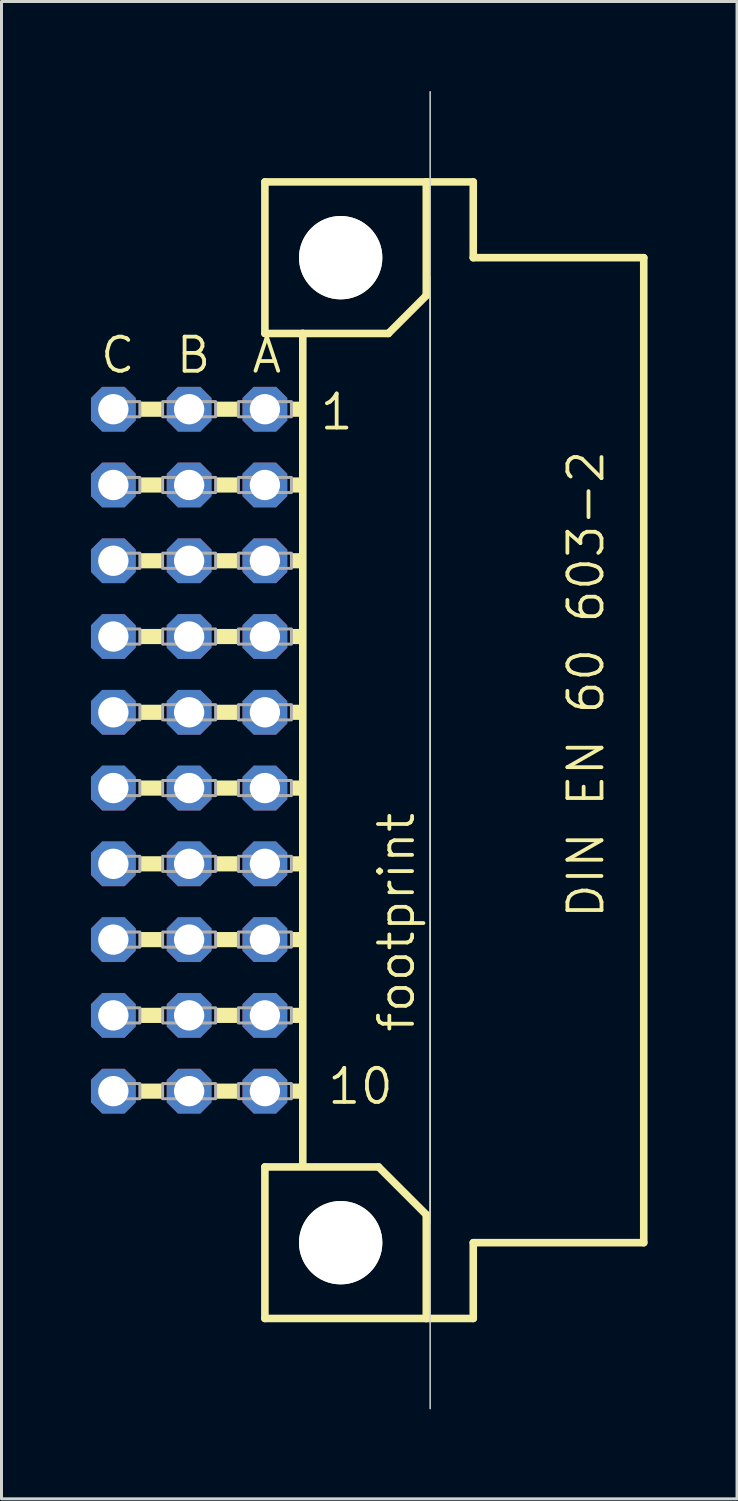
<source format=kicad_pcb>
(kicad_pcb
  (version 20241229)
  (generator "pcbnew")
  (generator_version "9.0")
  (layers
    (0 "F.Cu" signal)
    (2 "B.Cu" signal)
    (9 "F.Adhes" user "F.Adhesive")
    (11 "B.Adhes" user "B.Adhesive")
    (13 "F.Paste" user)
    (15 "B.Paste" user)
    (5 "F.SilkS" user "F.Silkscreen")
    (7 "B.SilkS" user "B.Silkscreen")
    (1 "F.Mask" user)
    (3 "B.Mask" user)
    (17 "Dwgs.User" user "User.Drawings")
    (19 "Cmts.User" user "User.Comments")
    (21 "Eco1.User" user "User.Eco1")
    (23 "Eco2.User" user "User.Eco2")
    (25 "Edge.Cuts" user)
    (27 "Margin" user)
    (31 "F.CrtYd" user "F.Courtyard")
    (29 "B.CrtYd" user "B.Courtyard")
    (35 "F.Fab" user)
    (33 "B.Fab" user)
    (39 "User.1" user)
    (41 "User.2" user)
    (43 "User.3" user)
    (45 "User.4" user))
  (footprint "footprint"
    (layer "F.Cu")
    (at 5.83 22.098)
    (property "Reference" "footprint" (at 5.08 9.525 90) (layer "F.SilkS") (effects (font (size 1.143 1.143) (thickness 0.127)) (justify left bottom)))
    (fp_line (start 0 -19.05) (end 0 -13.97) (stroke (width 0.254) (type solid)) (layer "F.SilkS"))
    (fp_line (start 0 -13.97) (end 1.27 -13.97) (stroke (width 0.254) (type solid)) (layer "F.SilkS"))
    (fp_line (start 0 13.97) (end 0 19.05) (stroke (width 0.254) (type solid)) (layer "F.SilkS"))
    (fp_line (start 0 13.97) (end 3.81 13.97) (stroke (width 0.254) (type solid)) (layer "F.SilkS"))
    (fp_line (start 0 19.05) (end 5.41 19.05) (stroke (width 0.254) (type solid)) (layer "F.SilkS"))
    (fp_line (start 1.27 -13.97) (end 1.27 13.843) (stroke (width 0.254) (type solid)) (layer "F.SilkS"))
    (fp_line (start 1.27 -13.97) (end 4.14 -13.97) (stroke (width 0.254) (type solid)) (layer "F.SilkS"))
    (fp_line (start 4.14 -13.97) (end 5.41 -15.24) (stroke (width 0.254) (type solid)) (layer "F.SilkS"))
    (fp_line (start 5.41 -19.05) (end 0 -19.05) (stroke (width 0.254) (type solid)) (layer "F.SilkS"))
    (fp_line (start 5.41 -15.24) (end 5.41 -19.05) (stroke (width 0.254) (type solid)) (layer "F.SilkS"))
    (fp_line (start 5.41 15.57) (end 3.81 13.97) (stroke (width 0.254) (type solid)) (layer "F.SilkS"))
    (fp_line (start 5.41 15.57) (end 5.41 19.05) (stroke (width 0.254) (type solid)) (layer "F.SilkS"))
    (fp_line (start 5.41 19.05) (end 6.985 19.05) (stroke (width 0.254) (type solid)) (layer "F.SilkS"))
    (fp_line (start 5.54 -15.875) (end 5.54 15.875) (stroke (width 0.051) (type solid)) (layer "F.SilkS"))
    (fp_line (start 6.985 -19.05) (end 5.41 -19.05) (stroke (width 0.254) (type solid)) (layer "F.SilkS"))
    (fp_line (start 6.985 -16.51) (end 6.985 -19.05) (stroke (width 0.254) (type solid)) (layer "F.SilkS"))
    (fp_line (start 6.985 16.51) (end 12.7 16.51) (stroke (width 0.254) (type solid)) (layer "F.SilkS"))
    (fp_line (start 6.985 19.05) (end 6.985 16.51) (stroke (width 0.254) (type solid)) (layer "F.SilkS"))
    (fp_line (start 12.7 -16.51) (end 6.985 -16.51) (stroke (width 0.254) (type solid)) (layer "F.SilkS"))
    (fp_line (start 12.7 16.51) (end 12.7 -16.51) (stroke (width 0.254) (type solid)) (layer "F.SilkS"))
    (fp_circle (center 2.54 -16.51) (end 3.81 -16.51) (stroke (width 0.254) (type solid)) (fill no) (layer "F.SilkS"))
    (fp_circle (center 2.54 16.51) (end 3.81 16.51) (stroke (width 0.254) (type solid)) (fill no) (layer "F.SilkS"))
    (fp_poly (pts (xy -4.191 -11.176) (xy -3.429 -11.176) (xy -3.429 -11.684) (xy -4.191 -11.684)) (stroke (width 0) (type solid)) (fill yes) (layer "F.SilkS"))
    (fp_poly (pts (xy -4.191 -8.636) (xy -3.429 -8.636) (xy -3.429 -9.144) (xy -4.191 -9.144)) (stroke (width 0) (type solid)) (fill yes) (layer "F.SilkS"))
    (fp_poly (pts (xy -4.191 -6.096) (xy -3.429 -6.096) (xy -3.429 -6.604) (xy -4.191 -6.604)) (stroke (width 0) (type solid)) (fill yes) (layer "F.SilkS"))
    (fp_poly (pts (xy -4.191 -3.556) (xy -3.429 -3.556) (xy -3.429 -4.064) (xy -4.191 -4.064)) (stroke (width 0) (type solid)) (fill yes) (layer "F.SilkS"))
    (fp_poly (pts (xy -4.191 -1.016) (xy -3.429 -1.016) (xy -3.429 -1.524) (xy -4.191 -1.524)) (stroke (width 0) (type solid)) (fill yes) (layer "F.SilkS"))
    (fp_poly (pts (xy -4.191 1.524) (xy -3.429 1.524) (xy -3.429 1.016) (xy -4.191 1.016)) (stroke (width 0) (type solid)) (fill yes) (layer "F.SilkS"))
    (fp_poly (pts (xy -4.191 4.064) (xy -3.429 4.064) (xy -3.429 3.556) (xy -4.191 3.556)) (stroke (width 0) (type solid)) (fill yes) (layer "F.SilkS"))
    (fp_poly (pts (xy -4.191 6.604) (xy -3.429 6.604) (xy -3.429 6.096) (xy -4.191 6.096)) (stroke (width 0) (type solid)) (fill yes) (layer "F.SilkS"))
    (fp_poly (pts (xy -4.191 9.144) (xy -3.429 9.144) (xy -3.429 8.636) (xy -4.191 8.636)) (stroke (width 0) (type solid)) (fill yes) (layer "F.SilkS"))
    (fp_poly (pts (xy -4.191 11.684) (xy -3.429 11.684) (xy -3.429 11.176) (xy -4.191 11.176)) (stroke (width 0) (type solid)) (fill yes) (layer "F.SilkS"))
    (fp_poly (pts (xy -1.651 -11.176) (xy -0.889 -11.176) (xy -0.889 -11.684) (xy -1.651 -11.684)) (stroke (width 0) (type solid)) (fill yes) (layer "F.SilkS"))
    (fp_poly (pts (xy -1.651 -8.636) (xy -0.889 -8.636) (xy -0.889 -9.144) (xy -1.651 -9.144)) (stroke (width 0) (type solid)) (fill yes) (layer "F.SilkS"))
    (fp_poly (pts (xy -1.651 -6.096) (xy -0.889 -6.096) (xy -0.889 -6.604) (xy -1.651 -6.604)) (stroke (width 0) (type solid)) (fill yes) (layer "F.SilkS"))
    (fp_poly (pts (xy -1.651 -3.556) (xy -0.889 -3.556) (xy -0.889 -4.064) (xy -1.651 -4.064)) (stroke (width 0) (type solid)) (fill yes) (layer "F.SilkS"))
    (fp_poly (pts (xy -1.651 -1.016) (xy -0.889 -1.016) (xy -0.889 -1.524) (xy -1.651 -1.524)) (stroke (width 0) (type solid)) (fill yes) (layer "F.SilkS"))
    (fp_poly (pts (xy -1.651 1.524) (xy -0.889 1.524) (xy -0.889 1.016) (xy -1.651 1.016)) (stroke (width 0) (type solid)) (fill yes) (layer "F.SilkS"))
    (fp_poly (pts (xy -1.651 4.064) (xy -0.889 4.064) (xy -0.889 3.556) (xy -1.651 3.556)) (stroke (width 0) (type solid)) (fill yes) (layer "F.SilkS"))
    (fp_poly (pts (xy -1.651 6.604) (xy -0.889 6.604) (xy -0.889 6.096) (xy -1.651 6.096)) (stroke (width 0) (type solid)) (fill yes) (layer "F.SilkS"))
    (fp_poly (pts (xy -1.651 9.144) (xy -0.889 9.144) (xy -0.889 8.636) (xy -1.651 8.636)) (stroke (width 0) (type solid)) (fill yes) (layer "F.SilkS"))
    (fp_poly (pts (xy -1.651 11.684) (xy -0.889 11.684) (xy -0.889 11.176) (xy -1.651 11.176)) (stroke (width 0) (type solid)) (fill yes) (layer "F.SilkS"))
    (fp_poly (pts (xy 0.889 -11.176) (xy 1.27 -11.176) (xy 1.27 -11.684) (xy 0.889 -11.684)) (stroke (width 0) (type solid)) (fill yes) (layer "F.SilkS"))
    (fp_poly (pts (xy 0.889 -8.636) (xy 1.27 -8.636) (xy 1.27 -9.144) (xy 0.889 -9.144)) (stroke (width 0) (type solid)) (fill yes) (layer "F.SilkS"))
    (fp_poly (pts (xy 0.889 -6.096) (xy 1.27 -6.096) (xy 1.27 -6.604) (xy 0.889 -6.604)) (stroke (width 0) (type solid)) (fill yes) (layer "F.SilkS"))
    (fp_poly (pts (xy 0.889 -3.556) (xy 1.27 -3.556) (xy 1.27 -4.064) (xy 0.889 -4.064)) (stroke (width 0) (type solid)) (fill yes) (layer "F.SilkS"))
    (fp_poly (pts (xy 0.889 -1.016) (xy 1.27 -1.016) (xy 1.27 -1.524) (xy 0.889 -1.524)) (stroke (width 0) (type solid)) (fill yes) (layer "F.SilkS"))
    (fp_poly (pts (xy 0.889 1.524) (xy 1.27 1.524) (xy 1.27 1.016) (xy 0.889 1.016)) (stroke (width 0) (type solid)) (fill yes) (layer "F.SilkS"))
    (fp_poly (pts (xy 0.889 4.064) (xy 1.27 4.064) (xy 1.27 3.556) (xy 0.889 3.556)) (stroke (width 0) (type solid)) (fill yes) (layer "F.SilkS"))
    (fp_poly (pts (xy 0.889 6.604) (xy 1.27 6.604) (xy 1.27 6.096) (xy 0.889 6.096)) (stroke (width 0) (type solid)) (fill yes) (layer "F.SilkS"))
    (fp_poly (pts (xy 0.889 9.144) (xy 1.27 9.144) (xy 1.27 8.636) (xy 0.889 8.636)) (stroke (width 0) (type solid)) (fill yes) (layer "F.SilkS"))
    (fp_poly (pts (xy 0.889 11.684) (xy 1.27 11.684) (xy 1.27 11.176) (xy 0.889 11.176)) (stroke (width 0) (type solid)) (fill yes) (layer "F.SilkS"))
    (fp_line (start 5.54 22.073) (end 5.54 -22.073) (stroke (width 0.05) (type solid)) (layer "Edge.Cuts"))
    (fp_poly (pts (xy -5.334 -11.176) (xy -4.191 -11.176) (xy -4.191 -11.684) (xy -5.334 -11.684)) (stroke (width 0.1) (type solid)) (fill no) (layer "F.Fab"))
    (fp_poly (pts (xy -5.334 -8.636) (xy -4.191 -8.636) (xy -4.191 -9.144) (xy -5.334 -9.144)) (stroke (width 0.1) (type solid)) (fill no) (layer "F.Fab"))
    (fp_poly (pts (xy -5.334 -6.096) (xy -4.191 -6.096) (xy -4.191 -6.604) (xy -5.334 -6.604)) (stroke (width 0.1) (type solid)) (fill no) (layer "F.Fab"))
    (fp_poly (pts (xy -5.334 -3.556) (xy -4.191 -3.556) (xy -4.191 -4.064) (xy -5.334 -4.064)) (stroke (width 0.1) (type solid)) (fill no) (layer "F.Fab"))
    (fp_poly (pts (xy -5.334 -1.016) (xy -4.191 -1.016) (xy -4.191 -1.524) (xy -5.334 -1.524)) (stroke (width 0.1) (type solid)) (fill no) (layer "F.Fab"))
    (fp_poly (pts (xy -5.334 1.524) (xy -4.191 1.524) (xy -4.191 1.016) (xy -5.334 1.016)) (stroke (width 0.1) (type solid)) (fill no) (layer "F.Fab"))
    (fp_poly (pts (xy -5.334 4.064) (xy -4.191 4.064) (xy -4.191 3.556) (xy -5.334 3.556)) (stroke (width 0.1) (type solid)) (fill no) (layer "F.Fab"))
    (fp_poly (pts (xy -5.334 6.604) (xy -4.191 6.604) (xy -4.191 6.096) (xy -5.334 6.096)) (stroke (width 0.1) (type solid)) (fill no) (layer "F.Fab"))
    (fp_poly (pts (xy -5.334 9.144) (xy -4.191 9.144) (xy -4.191 8.636) (xy -5.334 8.636)) (stroke (width 0.1) (type solid)) (fill no) (layer "F.Fab"))
    (fp_poly (pts (xy -5.334 11.684) (xy -4.191 11.684) (xy -4.191 11.176) (xy -5.334 11.176)) (stroke (width 0.1) (type solid)) (fill no) (layer "F.Fab"))
    (fp_poly (pts (xy -3.429 -11.176) (xy -1.651 -11.176) (xy -1.651 -11.684) (xy -3.429 -11.684)) (stroke (width 0.1) (type solid)) (fill no) (layer "F.Fab"))
    (fp_poly (pts (xy -3.429 -8.636) (xy -1.651 -8.636) (xy -1.651 -9.144) (xy -3.429 -9.144)) (stroke (width 0.1) (type solid)) (fill no) (layer "F.Fab"))
    (fp_poly (pts (xy -3.429 -6.096) (xy -1.651 -6.096) (xy -1.651 -6.604) (xy -3.429 -6.604)) (stroke (width 0.1) (type solid)) (fill no) (layer "F.Fab"))
    (fp_poly (pts (xy -3.429 -3.556) (xy -1.651 -3.556) (xy -1.651 -4.064) (xy -3.429 -4.064)) (stroke (width 0.1) (type solid)) (fill no) (layer "F.Fab"))
    (fp_poly (pts (xy -3.429 -1.016) (xy -1.651 -1.016) (xy -1.651 -1.524) (xy -3.429 -1.524)) (stroke (width 0.1) (type solid)) (fill no) (layer "F.Fab"))
    (fp_poly (pts (xy -3.429 1.524) (xy -1.651 1.524) (xy -1.651 1.016) (xy -3.429 1.016)) (stroke (width 0.1) (type solid)) (fill no) (layer "F.Fab"))
    (fp_poly (pts (xy -3.429 4.064) (xy -1.651 4.064) (xy -1.651 3.556) (xy -3.429 3.556)) (stroke (width 0.1) (type solid)) (fill no) (layer "F.Fab"))
    (fp_poly (pts (xy -3.429 6.604) (xy -1.651 6.604) (xy -1.651 6.096) (xy -3.429 6.096)) (stroke (width 0.1) (type solid)) (fill no) (layer "F.Fab"))
    (fp_poly (pts (xy -3.429 9.144) (xy -1.651 9.144) (xy -1.651 8.636) (xy -3.429 8.636)) (stroke (width 0.1) (type solid)) (fill no) (layer "F.Fab"))
    (fp_poly (pts (xy -3.429 11.684) (xy -1.651 11.684) (xy -1.651 11.176) (xy -3.429 11.176)) (stroke (width 0.1) (type solid)) (fill no) (layer "F.Fab"))
    (fp_poly (pts (xy -0.889 -11.176) (xy 0.889 -11.176) (xy 0.889 -11.684) (xy -0.889 -11.684)) (stroke (width 0.1) (type solid)) (fill no) (layer "F.Fab"))
    (fp_poly (pts (xy -0.889 -8.636) (xy 0.889 -8.636) (xy 0.889 -9.144) (xy -0.889 -9.144)) (stroke (width 0.1) (type solid)) (fill no) (layer "F.Fab"))
    (fp_poly (pts (xy -0.889 -6.096) (xy 0.889 -6.096) (xy 0.889 -6.604) (xy -0.889 -6.604)) (stroke (width 0.1) (type solid)) (fill no) (layer "F.Fab"))
    (fp_poly (pts (xy -0.889 -3.556) (xy 0.889 -3.556) (xy 0.889 -4.064) (xy -0.889 -4.064)) (stroke (width 0.1) (type solid)) (fill no) (layer "F.Fab"))
    (fp_poly (pts (xy -0.889 -1.016) (xy 0.889 -1.016) (xy 0.889 -1.524) (xy -0.889 -1.524)) (stroke (width 0.1) (type solid)) (fill no) (layer "F.Fab"))
    (fp_poly (pts (xy -0.889 1.524) (xy 0.889 1.524) (xy 0.889 1.016) (xy -0.889 1.016)) (stroke (width 0.1) (type solid)) (fill no) (layer "F.Fab"))
    (fp_poly (pts (xy -0.889 4.064) (xy 0.889 4.064) (xy 0.889 3.556) (xy -0.889 3.556)) (stroke (width 0.1) (type solid)) (fill no) (layer "F.Fab"))
    (fp_poly (pts (xy -0.889 6.604) (xy 0.889 6.604) (xy 0.889 6.096) (xy -0.889 6.096)) (stroke (width 0.1) (type solid)) (fill no) (layer "F.Fab"))
    (fp_poly (pts (xy -0.889 9.144) (xy 0.889 9.144) (xy 0.889 8.636) (xy -0.889 8.636)) (stroke (width 0.1) (type solid)) (fill no) (layer "F.Fab"))
    (fp_poly (pts (xy -0.889 11.684) (xy 0.889 11.684) (xy 0.889 11.176) (xy -0.889 11.176)) (stroke (width 0.1) (type solid)) (fill no) (layer "F.Fab"))
    (fp_text user "B" (at -3.048 -12.573 0) (layer "F.SilkS") (effects (font (size 1.143 1.143) (thickness 0.127)) (justify left bottom)))
    (fp_text user "DIN EN 60 603-2" (at 11.43 5.715 90) (layer "F.SilkS") (effects (font (size 1.143 1.143) (thickness 0.127)) (justify left bottom)))
    (fp_text user "A" (at -0.508 -12.573 0) (layer "F.SilkS") (effects (font (size 1.143 1.143) (thickness 0.127)) (justify left bottom)))
    (fp_text user "C" (at -5.588 -12.573 0) (layer "F.SilkS") (effects (font (size 1.143 1.143) (thickness 0.127)) (justify left bottom)))
    (fp_text user "10" (at 2.032 11.938 0) (layer "F.SilkS") (effects (font (size 1.143 1.143) (thickness 0.127)) (justify left bottom)))
    (fp_text user "1" (at 1.778 -10.668 0) (layer "F.SilkS") (effects (font (size 1.143 1.143) (thickness 0.127)) (justify left bottom)))
    (pad "" np_thru_hole circle (at 2.54 -16.51) (size 2.794 2.794) (drill 2.794) (layers "*.Cu" "*.Mask"))
    (pad "" np_thru_hole circle (at 2.54 16.51) (size 2.794 2.794) (drill 2.794) (layers "*.Cu" "*.Mask"))
    (pad "A1" thru_hole roundrect (at 0 -11.43) (size 1.5 1.5) (drill 1.016) (layers "*.Cu" "*.Mask") (roundrect_rratio 0.25) (chamfer_ratio 0.25) (chamfer top_left top_right bottom_left bottom_right))
    (pad "A2" thru_hole roundrect (at 0 -8.89) (size 1.5 1.5) (drill 1.016) (layers "*.Cu" "*.Mask") (roundrect_rratio 0.25) (chamfer_ratio 0.25) (chamfer top_left top_right bottom_left bottom_right))
    (pad "A3" thru_hole roundrect (at 0 -6.35) (size 1.5 1.5) (drill 1.016) (layers "*.Cu" "*.Mask") (roundrect_rratio 0.25) (chamfer_ratio 0.25) (chamfer top_left top_right bottom_left bottom_right))
    (pad "A4" thru_hole roundrect (at 0 -3.81) (size 1.5 1.5) (drill 1.016) (layers "*.Cu" "*.Mask") (roundrect_rratio 0.25) (chamfer_ratio 0.25) (chamfer top_left top_right bottom_left bottom_right))
    (pad "A5" thru_hole roundrect (at 0 -1.27) (size 1.5 1.5) (drill 1.016) (layers "*.Cu" "*.Mask") (roundrect_rratio 0.25) (chamfer_ratio 0.25) (chamfer top_left top_right bottom_left bottom_right))
    (pad "A6" thru_hole roundrect (at 0 1.27) (size 1.5 1.5) (drill 1.016) (layers "*.Cu" "*.Mask") (roundrect_rratio 0.25) (chamfer_ratio 0.25) (chamfer top_left top_right bottom_left bottom_right))
    (pad "A7" thru_hole roundrect (at 0 3.81) (size 1.5 1.5) (drill 1.016) (layers "*.Cu" "*.Mask") (roundrect_rratio 0.25) (chamfer_ratio 0.25) (chamfer top_left top_right bottom_left bottom_right))
    (pad "A8" thru_hole roundrect (at 0 6.35) (size 1.5 1.5) (drill 1.016) (layers "*.Cu" "*.Mask") (roundrect_rratio 0.25) (chamfer_ratio 0.25) (chamfer top_left top_right bottom_left bottom_right))
    (pad "A9" thru_hole roundrect (at 0 8.89) (size 1.5 1.5) (drill 1.016) (layers "*.Cu" "*.Mask") (roundrect_rratio 0.25) (chamfer_ratio 0.25) (chamfer top_left top_right bottom_left bottom_right))
    (pad "A10" thru_hole roundrect (at 0 11.43) (size 1.5 1.5) (drill 1.016) (layers "*.Cu" "*.Mask") (roundrect_rratio 0.25) (chamfer_ratio 0.25) (chamfer top_left top_right bottom_left bottom_right))
    (pad "B1" thru_hole roundrect (at -2.54 -11.43) (size 1.5 1.5) (drill 1.016) (layers "*.Cu" "*.Mask") (roundrect_rratio 0.25) (chamfer_ratio 0.25) (chamfer top_left top_right bottom_left bottom_right))
    (pad "B2" thru_hole roundrect (at -2.54 -8.89) (size 1.5 1.5) (drill 1.016) (layers "*.Cu" "*.Mask") (roundrect_rratio 0.25) (chamfer_ratio 0.25) (chamfer top_left top_right bottom_left bottom_right))
    (pad "B3" thru_hole roundrect (at -2.54 -6.35) (size 1.5 1.5) (drill 1.016) (layers "*.Cu" "*.Mask") (roundrect_rratio 0.25) (chamfer_ratio 0.25) (chamfer top_left top_right bottom_left bottom_right))
    (pad "B4" thru_hole roundrect (at -2.54 -3.81) (size 1.5 1.5) (drill 1.016) (layers "*.Cu" "*.Mask") (roundrect_rratio 0.25) (chamfer_ratio 0.25) (chamfer top_left top_right bottom_left bottom_right))
    (pad "B5" thru_hole roundrect (at -2.54 -1.27) (size 1.5 1.5) (drill 1.016) (layers "*.Cu" "*.Mask") (roundrect_rratio 0.25) (chamfer_ratio 0.25) (chamfer top_left top_right bottom_left bottom_right))
    (pad "B6" thru_hole roundrect (at -2.54 1.27) (size 1.5 1.5) (drill 1.016) (layers "*.Cu" "*.Mask") (roundrect_rratio 0.25) (chamfer_ratio 0.25) (chamfer top_left top_right bottom_left bottom_right))
    (pad "B7" thru_hole roundrect (at -2.54 3.81) (size 1.5 1.5) (drill 1.016) (layers "*.Cu" "*.Mask") (roundrect_rratio 0.25) (chamfer_ratio 0.25) (chamfer top_left top_right bottom_left bottom_right))
    (pad "B8" thru_hole roundrect (at -2.54 6.35) (size 1.5 1.5) (drill 1.016) (layers "*.Cu" "*.Mask") (roundrect_rratio 0.25) (chamfer_ratio 0.25) (chamfer top_left top_right bottom_left bottom_right))
    (pad "B9" thru_hole roundrect (at -2.54 8.89) (size 1.5 1.5) (drill 1.016) (layers "*.Cu" "*.Mask") (roundrect_rratio 0.25) (chamfer_ratio 0.25) (chamfer top_left top_right bottom_left bottom_right))
    (pad "B10" thru_hole roundrect (at -2.54 11.43) (size 1.5 1.5) (drill 1.016) (layers "*.Cu" "*.Mask") (roundrect_rratio 0.25) (chamfer_ratio 0.25) (chamfer top_left top_right bottom_left bottom_right))
    (pad "C1" thru_hole roundrect (at -5.08 -11.43) (size 1.5 1.5) (drill 1.016) (layers "*.Cu" "*.Mask") (roundrect_rratio 0.25) (chamfer_ratio 0.25) (chamfer top_left top_right bottom_left bottom_right))
    (pad "C2" thru_hole roundrect (at -5.08 -8.89) (size 1.5 1.5) (drill 1.016) (layers "*.Cu" "*.Mask") (roundrect_rratio 0.25) (chamfer_ratio 0.25) (chamfer top_left top_right bottom_left bottom_right))
    (pad "C3" thru_hole roundrect (at -5.08 -6.35) (size 1.5 1.5) (drill 1.016) (layers "*.Cu" "*.Mask") (roundrect_rratio 0.25) (chamfer_ratio 0.25) (chamfer top_left top_right bottom_left bottom_right))
    (pad "C4" thru_hole roundrect (at -5.08 -3.81) (size 1.5 1.5) (drill 1.016) (layers "*.Cu" "*.Mask") (roundrect_rratio 0.25) (chamfer_ratio 0.25) (chamfer top_left top_right bottom_left bottom_right))
    (pad "C5" thru_hole roundrect (at -5.08 -1.27) (size 1.5 1.5) (drill 1.016) (layers "*.Cu" "*.Mask") (roundrect_rratio 0.25) (chamfer_ratio 0.25) (chamfer top_left top_right bottom_left bottom_right))
    (pad "C6" thru_hole roundrect (at -5.08 1.27) (size 1.5 1.5) (drill 1.016) (layers "*.Cu" "*.Mask") (roundrect_rratio 0.25) (chamfer_ratio 0.25) (chamfer top_left top_right bottom_left bottom_right))
    (pad "C7" thru_hole roundrect (at -5.08 3.81) (size 1.5 1.5) (drill 1.016) (layers "*.Cu" "*.Mask") (roundrect_rratio 0.25) (chamfer_ratio 0.25) (chamfer top_left top_right bottom_left bottom_right))
    (pad "C8" thru_hole roundrect (at -5.08 6.35) (size 1.5 1.5) (drill 1.016) (layers "*.Cu" "*.Mask") (roundrect_rratio 0.25) (chamfer_ratio 0.25) (chamfer top_left top_right bottom_left bottom_right))
    (pad "C9" thru_hole roundrect (at -5.08 8.89) (size 1.5 1.5) (drill 1.016) (layers "*.Cu" "*.Mask") (roundrect_rratio 0.25) (chamfer_ratio 0.25) (chamfer top_left top_right bottom_left bottom_right))
    (pad "C10" thru_hole roundrect (at -5.08 11.43) (size 1.5 1.5) (drill 1.016) (layers "*.Cu" "*.Mask") (roundrect_rratio 0.25) (chamfer_ratio 0.25) (chamfer top_left top_right bottom_left bottom_right))
    (zone (net_name "") (layers "F.Cu" "B.Cu") (hatch edge 0.508) (connect_pads) (min_thickness 0.254) (filled_areas_thickness no) (keepout (tracks allowed) (vias not_allowed) (pads allowed) (copperpour allowed) (footprints allowed)) (placement (enabled no)) (fill) (polygon (pts (xy 11.545 5.588) (xy 11.497 5.036) (xy 11.354 4.502) (xy 11.12 4) (xy 10.802 3.547) (xy 10.411 3.155) (xy 9.957 2.838) (xy 9.456 2.604) (xy 8.921 2.461) (xy 8.37 2.413) (xy 7.819 2.461) (xy 7.284 2.604) (xy 6.782 2.838) (xy 6.329 3.155) (xy 5.938 3.547) (xy 5.62 4) (xy 5.386 4.502) (xy 5.243 5.036) (xy 5.195 5.588) (xy 5.243 6.139) (xy 5.386 6.674) (xy 5.62 7.175) (xy 5.938 7.628) (xy 6.329 8.02) (xy 6.782 8.337) (xy 7.284 8.571) (xy 7.819 8.714) (xy 8.37 8.763) (xy 8.921 8.714) (xy 9.456 8.571) (xy 9.957 8.337) (xy 10.411 8.02) (xy 10.802 7.628) (xy 11.12 7.175) (xy 11.354 6.674) (xy 11.497 6.139))) (polygon (pts (xy 9.767 5.588) (xy 9.746 5.345) (xy 9.683 5.11) (xy 9.58 4.889) (xy 9.44 4.69) (xy 9.268 4.517) (xy 9.069 4.378) (xy 8.848 4.275) (xy 8.613 4.212) (xy 8.37 4.191) (xy 8.127 4.212) (xy 7.892 4.275) (xy 7.671 4.378) (xy 7.472 4.517) (xy 7.3 4.69) (xy 7.16 4.889) (xy 7.057 5.11) (xy 6.994 5.345) (xy 6.973 5.588) (xy 6.994 5.83) (xy 7.057 6.065) (xy 7.16 6.286) (xy 7.3 6.486) (xy 7.472 6.658) (xy 7.671 6.797) (xy 7.892 6.9) (xy 8.127 6.963) (xy 8.37 6.985) (xy 8.613 6.963) (xy 8.848 6.9) (xy 9.069 6.797) (xy 9.268 6.658) (xy 9.44 6.486) (xy 9.58 6.286) (xy 9.683 6.065) (xy 9.746 5.83))))
    (zone (net_name "") (layers "F.Cu" "B.Cu") (hatch edge 0.508) (connect_pads) (min_thickness 0.254) (filled_areas_thickness no) (keepout (tracks allowed) (vias not_allowed) (pads allowed) (copperpour allowed) (footprints allowed)) (placement (enabled no)) (fill) (polygon (pts (xy 11.545 38.608) (xy 11.497 38.056) (xy 11.354 37.522) (xy 11.12 37.02) (xy 10.802 36.567) (xy 10.411 36.175) (xy 9.957 35.858) (xy 9.456 35.624) (xy 8.921 35.481) (xy 8.37 35.433) (xy 7.819 35.481) (xy 7.284 35.624) (xy 6.782 35.858) (xy 6.329 36.175) (xy 5.938 36.567) (xy 5.62 37.02) (xy 5.386 37.522) (xy 5.243 38.056) (xy 5.195 38.608) (xy 5.243 39.159) (xy 5.386 39.694) (xy 5.62 40.195) (xy 5.938 40.648) (xy 6.329 41.04) (xy 6.782 41.357) (xy 7.284 41.591) (xy 7.819 41.734) (xy 8.37 41.783) (xy 8.921 41.734) (xy 9.456 41.591) (xy 9.957 41.357) (xy 10.411 41.04) (xy 10.802 40.648) (xy 11.12 40.195) (xy 11.354 39.694) (xy 11.497 39.159))) (polygon (pts (xy 9.767 38.608) (xy 9.746 38.365) (xy 9.683 38.13) (xy 9.58 37.909) (xy 9.44 37.71) (xy 9.268 37.537) (xy 9.069 37.398) (xy 8.848 37.295) (xy 8.613 37.232) (xy 8.37 37.211) (xy 8.127 37.232) (xy 7.892 37.295) (xy 7.671 37.398) (xy 7.472 37.537) (xy 7.3 37.71) (xy 7.16 37.909) (xy 7.057 38.13) (xy 6.994 38.365) (xy 6.973 38.608) (xy 6.994 38.85) (xy 7.057 39.085) (xy 7.16 39.306) (xy 7.3 39.506) (xy 7.472 39.678) (xy 7.671 39.817) (xy 7.892 39.92) (xy 8.127 39.983) (xy 8.37 40.005) (xy 8.613 39.983) (xy 8.848 39.92) (xy 9.069 39.817) (xy 9.268 39.678) (xy 9.44 39.506) (xy 9.58 39.306) (xy 9.683 39.085) (xy 9.746 38.85))))
    (zone (net_name "") (layer "B.Cu") (hatch edge 0.508) (connect_pads) (min_thickness 0.254) (filled_areas_thickness no) (keepout (tracks not_allowed) (vias not_allowed) (pads not_allowed) (copperpour not_allowed) (footprints allowed)) (placement (enabled no)) (fill) (polygon (pts (xy 11.545 5.588) (xy 11.497 5.036) (xy 11.354 4.502) (xy 11.12 4) (xy 10.802 3.547) (xy 10.411 3.155) (xy 9.957 2.838) (xy 9.456 2.604) (xy 8.921 2.461) (xy 8.37 2.413) (xy 7.819 2.461) (xy 7.284 2.604) (xy 6.782 2.838) (xy 6.329 3.155) (xy 5.938 3.547) (xy 5.62 4) (xy 5.386 4.502) (xy 5.243 5.036) (xy 5.195 5.588) (xy 5.243 6.139) (xy 5.386 6.674) (xy 5.62 7.175) (xy 5.938 7.628) (xy 6.329 8.02) (xy 6.782 8.337) (xy 7.284 8.571) (xy 7.819 8.714) (xy 8.37 8.763) (xy 8.921 8.714) (xy 9.456 8.571) (xy 9.957 8.337) (xy 10.411 8.02) (xy 10.802 7.628) (xy 11.12 7.175) (xy 11.354 6.674) (xy 11.497 6.139))) (polygon (pts (xy 9.767 5.588) (xy 9.746 5.345) (xy 9.683 5.11) (xy 9.58 4.889) (xy 9.44 4.69) (xy 9.268 4.517) (xy 9.069 4.378) (xy 8.848 4.275) (xy 8.613 4.212) (xy 8.37 4.191) (xy 8.127 4.212) (xy 7.892 4.275) (xy 7.671 4.378) (xy 7.472 4.517) (xy 7.3 4.69) (xy 7.16 4.889) (xy 7.057 5.11) (xy 6.994 5.345) (xy 6.973 5.588) (xy 6.994 5.83) (xy 7.057 6.065) (xy 7.16 6.286) (xy 7.3 6.486) (xy 7.472 6.658) (xy 7.671 6.797) (xy 7.892 6.9) (xy 8.127 6.963) (xy 8.37 6.985) (xy 8.613 6.963) (xy 8.848 6.9) (xy 9.069 6.797) (xy 9.268 6.658) (xy 9.44 6.486) (xy 9.58 6.286) (xy 9.683 6.065) (xy 9.746 5.83))))
    (zone (net_name "") (layer "B.Cu") (hatch edge 0.508) (connect_pads) (min_thickness 0.254) (filled_areas_thickness no) (keepout (tracks not_allowed) (vias not_allowed) (pads not_allowed) (copperpour not_allowed) (footprints allowed)) (placement (enabled no)) (fill) (polygon (pts (xy 11.545 38.608) (xy 11.497 38.056) (xy 11.354 37.522) (xy 11.12 37.02) (xy 10.802 36.567) (xy 10.411 36.175) (xy 9.957 35.858) (xy 9.456 35.624) (xy 8.921 35.481) (xy 8.37 35.433) (xy 7.819 35.481) (xy 7.284 35.624) (xy 6.782 35.858) (xy 6.329 36.175) (xy 5.938 36.567) (xy 5.62 37.02) (xy 5.386 37.522) (xy 5.243 38.056) (xy 5.195 38.608) (xy 5.243 39.159) (xy 5.386 39.694) (xy 5.62 40.195) (xy 5.938 40.648) (xy 6.329 41.04) (xy 6.782 41.357) (xy 7.284 41.591) (xy 7.819 41.734) (xy 8.37 41.783) (xy 8.921 41.734) (xy 9.456 41.591) (xy 9.957 41.357) (xy 10.411 41.04) (xy 10.802 40.648) (xy 11.12 40.195) (xy 11.354 39.694) (xy 11.497 39.159))) (polygon (pts (xy 9.767 38.608) (xy 9.746 38.365) (xy 9.683 38.13) (xy 9.58 37.909) (xy 9.44 37.71) (xy 9.268 37.537) (xy 9.069 37.398) (xy 8.848 37.295) (xy 8.613 37.232) (xy 8.37 37.211) (xy 8.127 37.232) (xy 7.892 37.295) (xy 7.671 37.398) (xy 7.472 37.537) (xy 7.3 37.71) (xy 7.16 37.909) (xy 7.057 38.13) (xy 6.994 38.365) (xy 6.973 38.608) (xy 6.994 38.85) (xy 7.057 39.085) (xy 7.16 39.306) (xy 7.3 39.506) (xy 7.472 39.678) (xy 7.671 39.817) (xy 7.892 39.92) (xy 8.127 39.983) (xy 8.37 40.005) (xy 8.613 39.983) (xy 8.848 39.92) (xy 9.069 39.817) (xy 9.268 39.678) (xy 9.44 39.506) (xy 9.58 39.306) (xy 9.683 39.085) (xy 9.746 38.85)))))
  (gr_rect
    (start -3 -3)
    (end 21.657 47.195)
    (stroke (width 0.1) (type default))
    (fill no)
    (layer "Edge.Cuts")))
</source>
